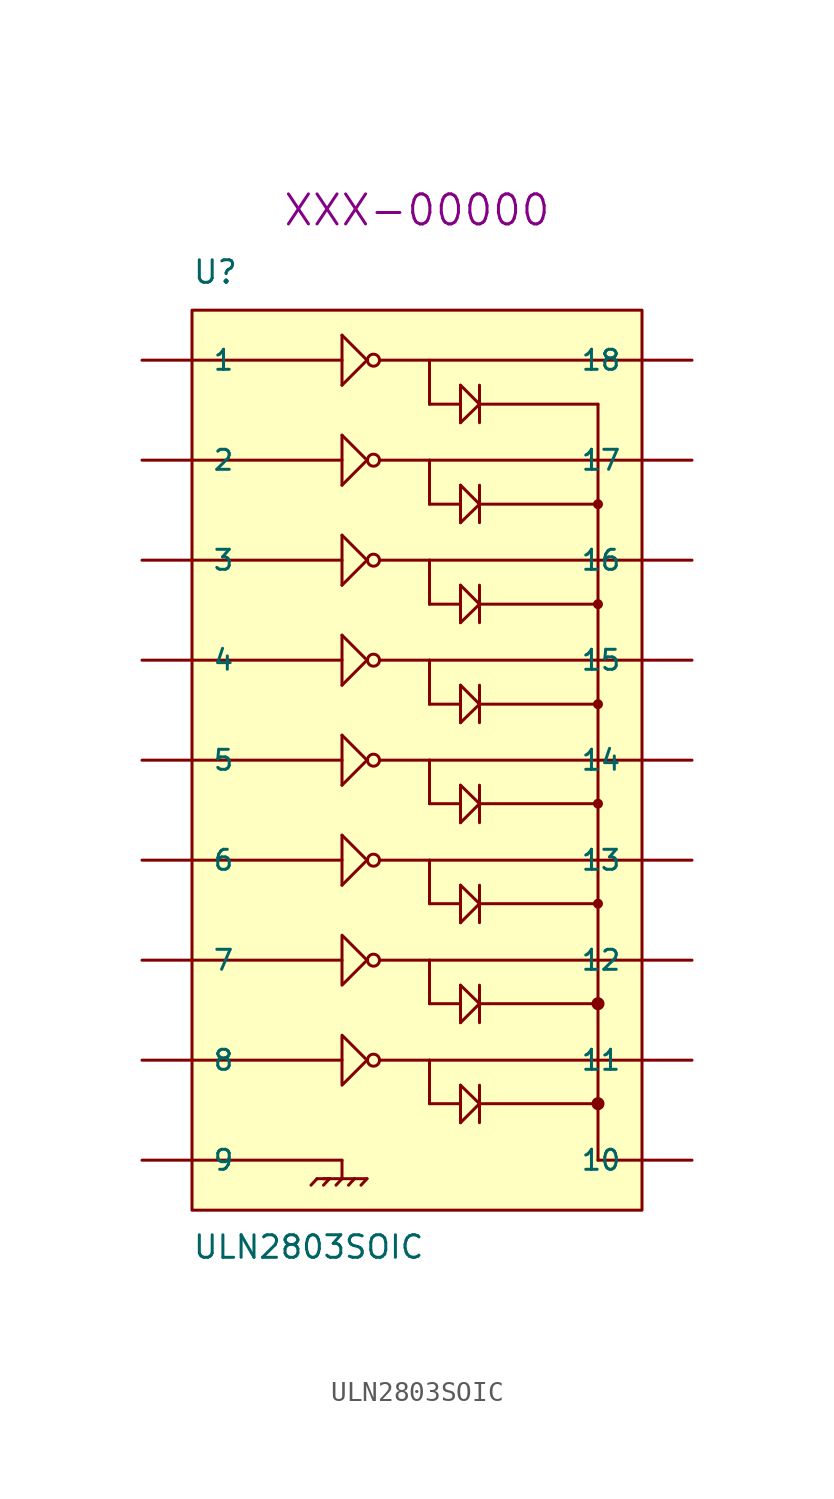
<source format=kicad_sym>
(kicad_symbol_lib
  (version 20201005)
  (generator kicad_symbol_editor)
  (symbol "ULN2803SOIC"
    (pin_numbers hide)
    (pin_names
      (offset 1.016))
    (property "Reference" "U"
      (at -11.43 24.13 0)
      (effects (font (size 1.143 1.143)) (justify left bottom)))
    (property "Value" "ULN2803SOIC"
      (at -11.43 -25.4 0)
      (effects (font (size 1.143 1.143)) (justify left bottom)))
    (property "Field4" "XXX-00000"
      (at 0 27.94 0)
      (effects (font (size 1.524 1.524))))
    (property "ki_locked" ""
      (at 0 0 0)
      (effects (font (size 1.27 1.27))))
    (symbol "ULN2803SOIC_1_0"
      (polyline (pts (xy -11.43 -20.32) (xy -3.81 -20.32)) (stroke (width 0)) (fill (type none)))
      (polyline (pts (xy -11.43 -15.24) (xy -3.81 -15.24)) (stroke (width 0)) (fill (type none)))
      (polyline (pts (xy -11.43 -10.16) (xy -3.81 -10.16)) (stroke (width 0)) (fill (type none)))
      (polyline (pts (xy -11.43 -5.08) (xy -3.81 -5.08)) (stroke (width 0)) (fill (type none)))
      (polyline (pts (xy -11.43 0) (xy -3.81 0)) (stroke (width 0)) (fill (type none)))
      (polyline (pts (xy -11.43 5.08) (xy -3.81 5.08)) (stroke (width 0)) (fill (type none)))
      (polyline (pts (xy -11.43 10.16) (xy -3.81 10.16)) (stroke (width 0)) (fill (type none)))
      (polyline (pts (xy -11.43 15.24) (xy -3.81 15.24)) (stroke (width 0)) (fill (type none)))
      (polyline (pts (xy -11.43 20.32) (xy -3.81 20.32)) (stroke (width 0)) (fill (type none)))
      (polyline (pts (xy -5.08 -21.26) (xy -5.385 -21.59)) (stroke (width 0)) (fill (type none)))
      (polyline (pts (xy -4.445 -21.26) (xy -5.08 -21.26)) (stroke (width 0)) (fill (type none)))
      (polyline (pts (xy -4.445 -21.26) (xy -4.75 -21.59)) (stroke (width 0)) (fill (type none)))
      (polyline (pts (xy -4.445 -21.26) (xy -4.75 -21.26)) (stroke (width 0)) (fill (type none)))
      (polyline (pts (xy -3.81 -21.26) (xy -4.445 -21.26)) (stroke (width 0)) (fill (type none)))
      (polyline (pts (xy -3.81 -21.26) (xy -4.115 -21.59)) (stroke (width 0)) (fill (type none)))
      (polyline (pts (xy -3.81 -21.26) (xy -3.175 -21.26)) (stroke (width 0)) (fill (type none)))
      (polyline (pts (xy -3.81 -20.32) (xy -3.81 -21.26)) (stroke (width 0)) (fill (type none)))
      (polyline (pts (xy -3.81 -3.81) (xy -3.81 -6.35)) (stroke (width 0)) (fill (type none)))
      (polyline (pts (xy -3.81 -3.81) (xy -2.54 -5.08)) (stroke (width 0)) (fill (type none)))
      (polyline (pts (xy -3.81 -1.27) (xy -2.54 0)) (stroke (width 0)) (fill (type none)))
      (polyline (pts (xy -3.81 1.27) (xy -3.81 -1.27)) (stroke (width 0)) (fill (type none)))
      (polyline (pts (xy -3.81 1.27) (xy -2.54 0)) (stroke (width 0)) (fill (type none)))
      (polyline (pts (xy -3.81 6.35) (xy -3.81 3.81)) (stroke (width 0)) (fill (type none)))
      (polyline (pts (xy -3.81 6.35) (xy -2.54 5.08)) (stroke (width 0)) (fill (type none)))
      (polyline (pts (xy -3.81 11.43) (xy -3.81 8.89)) (stroke (width 0)) (fill (type none)))
      (polyline (pts (xy -3.81 11.43) (xy -2.54 10.16)) (stroke (width 0)) (fill (type none)))
      (polyline (pts (xy -3.81 16.51) (xy -3.81 13.97)) (stroke (width 0)) (fill (type none)))
      (polyline (pts (xy -3.81 16.51) (xy -2.54 15.24)) (stroke (width 0)) (fill (type none)))
      (polyline (pts (xy -3.81 21.59) (xy -3.81 19.05)) (stroke (width 0)) (fill (type none)))
      (polyline (pts (xy -3.81 21.59) (xy -2.54 20.32)) (stroke (width 0)) (fill (type none)))
      (polyline (pts (xy -3.175 -21.26) (xy -3.48 -21.59)) (stroke (width 0)) (fill (type none)))
      (polyline (pts (xy -3.175 -21.26) (xy -2.54 -21.26)) (stroke (width 0)) (fill (type none)))
      (polyline (pts (xy -2.54 -21.26) (xy -2.845 -21.59)) (stroke (width 0)) (fill (type none)))
      (polyline (pts (xy -2.54 -5.08) (xy -3.81 -6.35)) (stroke (width 0)) (fill (type none)))
      (polyline (pts (xy -2.54 5.08) (xy -3.81 3.81)) (stroke (width 0)) (fill (type none)))
      (polyline (pts (xy -2.54 10.16) (xy -3.81 8.89)) (stroke (width 0)) (fill (type none)))
      (polyline (pts (xy -2.54 15.24) (xy -3.81 13.97)) (stroke (width 0)) (fill (type none)))
      (polyline (pts (xy -2.54 20.32) (xy -3.81 19.05)) (stroke (width 0)) (fill (type none)))
      (polyline (pts (xy -1.905 -15.24) (xy 0.635 -15.24)) (stroke (width 0)) (fill (type none)))
      (polyline (pts (xy -1.905 -5.08) (xy 0.635 -5.08)) (stroke (width 0)) (fill (type none)))
      (polyline (pts (xy -1.905 5.08) (xy 0.635 5.08)) (stroke (width 0)) (fill (type none)))
      (polyline (pts (xy -1.905 10.16) (xy 0.635 10.16)) (stroke (width 0)) (fill (type none)))
      (polyline (pts (xy -1.905 15.24) (xy 0.635 15.24)) (stroke (width 0)) (fill (type none)))
      (polyline (pts (xy -1.905 20.32) (xy 11.43 20.32)) (stroke (width 0)) (fill (type none)))
      (polyline (pts (xy 0.635 -17.45) (xy 2.21 -17.45)) (stroke (width 0)) (fill (type none)))
      (polyline (pts (xy 0.635 -15.24) (xy 0.635 -17.45)) (stroke (width 0)) (fill (type none)))
      (polyline (pts (xy 0.635 -15.24) (xy 11.43 -15.24)) (stroke (width 0)) (fill (type none)))
      (polyline (pts (xy 0.635 -12.37) (xy 2.21 -12.37)) (stroke (width 0)) (fill (type none)))
      (polyline (pts (xy 0.635 -10.16) (xy -1.905 -10.16)) (stroke (width 0)) (fill (type none)))
      (polyline (pts (xy 0.635 -10.16) (xy 0.635 -12.37)) (stroke (width 0)) (fill (type none)))
      (polyline (pts (xy 0.635 -7.29) (xy 2.21 -7.29)) (stroke (width 0)) (fill (type none)))
      (polyline (pts (xy 0.635 -5.08) (xy 0.635 -7.29)) (stroke (width 0)) (fill (type none)))
      (polyline (pts (xy 0.635 -5.08) (xy 11.43 -5.08)) (stroke (width 0)) (fill (type none)))
      (polyline (pts (xy 0.635 -2.21) (xy 2.21 -2.21)) (stroke (width 0)) (fill (type none)))
      (polyline (pts (xy 0.635 0) (xy -1.905 0)) (stroke (width 0)) (fill (type none)))
      (polyline (pts (xy 0.635 0) (xy 0.635 -2.21)) (stroke (width 0)) (fill (type none)))
      (polyline (pts (xy 0.635 2.845) (xy 2.21 2.845)) (stroke (width 0)) (fill (type none)))
      (polyline (pts (xy 0.635 5.08) (xy 0.635 2.845)) (stroke (width 0)) (fill (type none)))
      (polyline (pts (xy 0.635 5.08) (xy 11.43 5.08)) (stroke (width 0)) (fill (type none)))
      (polyline (pts (xy 0.635 7.925) (xy 2.21 7.925)) (stroke (width 0)) (fill (type none)))
      (polyline (pts (xy 0.635 10.16) (xy 0.635 7.925)) (stroke (width 0)) (fill (type none)))
      (polyline (pts (xy 0.635 10.16) (xy 11.43 10.16)) (stroke (width 0)) (fill (type none)))
      (polyline (pts (xy 0.635 13.005) (xy 2.21 13.005)) (stroke (width 0)) (fill (type none)))
      (polyline (pts (xy 0.635 15.24) (xy 0.635 13.005)) (stroke (width 0)) (fill (type none)))
      (polyline (pts (xy 0.635 15.24) (xy 11.43 15.24)) (stroke (width 0)) (fill (type none)))
      (polyline (pts (xy 0.635 18.085) (xy 2.21 18.085)) (stroke (width 0)) (fill (type none)))
      (polyline (pts (xy 0.635 20.32) (xy 0.635 18.085)) (stroke (width 0)) (fill (type none)))
      (polyline (pts (xy 2.21 -16.51) (xy 2.21 -18.415)) (stroke (width 0)) (fill (type none)))
      (polyline (pts (xy 2.21 -16.51) (xy 3.175 -17.45)) (stroke (width 0)) (fill (type none)))
      (polyline (pts (xy 2.21 -11.43) (xy 2.21 -13.335)) (stroke (width 0)) (fill (type none)))
      (polyline (pts (xy 2.21 -11.43) (xy 3.175 -12.37)) (stroke (width 0)) (fill (type none)))
      (polyline (pts (xy 2.21 -6.35) (xy 2.21 -8.255)) (stroke (width 0)) (fill (type none)))
      (polyline (pts (xy 2.21 -6.35) (xy 3.175 -7.29)) (stroke (width 0)) (fill (type none)))
      (polyline (pts (xy 2.21 -1.27) (xy 2.21 -3.175)) (stroke (width 0)) (fill (type none)))
      (polyline (pts (xy 2.21 -1.27) (xy 3.175 -2.21)) (stroke (width 0)) (fill (type none)))
      (polyline (pts (xy 2.21 3.81) (xy 2.21 1.905)) (stroke (width 0)) (fill (type none)))
      (polyline (pts (xy 2.21 3.81) (xy 3.175 2.845)) (stroke (width 0)) (fill (type none)))
      (polyline (pts (xy 2.21 8.89) (xy 2.21 6.985)) (stroke (width 0)) (fill (type none)))
      (polyline (pts (xy 2.21 8.89) (xy 3.175 7.925)) (stroke (width 0)) (fill (type none)))
      (polyline (pts (xy 2.21 12.065) (xy 3.175 13.005)) (stroke (width 0)) (fill (type none)))
      (polyline (pts (xy 2.21 13.005) (xy 2.21 12.065)) (stroke (width 0)) (fill (type none)))
      (polyline (pts (xy 2.21 13.005) (xy 2.21 13.97)) (stroke (width 0)) (fill (type none)))
      (polyline (pts (xy 2.21 17.145) (xy 3.175 18.085)) (stroke (width 0)) (fill (type none)))
      (polyline (pts (xy 2.21 18.085) (xy 2.21 17.145)) (stroke (width 0)) (fill (type none)))
      (polyline (pts (xy 2.21 18.085) (xy 2.21 19.05)) (stroke (width 0)) (fill (type none)))
      (polyline (pts (xy 3.175 -17.45) (xy 2.21 -18.415)) (stroke (width 0)) (fill (type none)))
      (polyline (pts (xy 3.175 -17.45) (xy 3.175 -18.415)) (stroke (width 0)) (fill (type none)))
      (polyline (pts (xy 3.175 -17.45) (xy 9.195 -17.45)) (stroke (width 0)) (fill (type none)))
      (polyline (pts (xy 3.175 -16.51) (xy 3.175 -17.45)) (stroke (width 0)) (fill (type none)))
      (polyline (pts (xy 3.175 -12.37) (xy 2.21 -13.335)) (stroke (width 0)) (fill (type none)))
      (polyline (pts (xy 3.175 -12.37) (xy 3.175 -13.335)) (stroke (width 0)) (fill (type none)))
      (polyline (pts (xy 3.175 -12.37) (xy 9.195 -12.37)) (stroke (width 0)) (fill (type none)))
      (polyline (pts (xy 3.175 -11.43) (xy 3.175 -12.37)) (stroke (width 0)) (fill (type none)))
      (polyline (pts (xy 3.175 -7.29) (xy 2.21 -8.255)) (stroke (width 0)) (fill (type none)))
      (polyline (pts (xy 3.175 -7.29) (xy 3.175 -8.255)) (stroke (width 0)) (fill (type none)))
      (polyline (pts (xy 3.175 -7.29) (xy 9.195 -7.29)) (stroke (width 0)) (fill (type none)))
      (polyline (pts (xy 3.175 -6.35) (xy 3.175 -7.29)) (stroke (width 0)) (fill (type none)))
      (polyline (pts (xy 3.175 -2.21) (xy 2.21 -3.175)) (stroke (width 0)) (fill (type none)))
      (polyline (pts (xy 3.175 -2.21) (xy 3.175 -3.175)) (stroke (width 0)) (fill (type none)))
      (polyline (pts (xy 3.175 -2.21) (xy 9.195 -2.21)) (stroke (width 0)) (fill (type none)))
      (polyline (pts (xy 3.175 -1.27) (xy 3.175 -2.21)) (stroke (width 0)) (fill (type none)))
      (polyline (pts (xy 3.175 2.845) (xy 2.21 1.905)) (stroke (width 0)) (fill (type none)))
      (polyline (pts (xy 3.175 2.845) (xy 3.175 1.905)) (stroke (width 0)) (fill (type none)))
      (polyline (pts (xy 3.175 2.845) (xy 9.195 2.845)) (stroke (width 0)) (fill (type none)))
      (polyline (pts (xy 3.175 3.81) (xy 3.175 2.845)) (stroke (width 0)) (fill (type none)))
      (polyline (pts (xy 3.175 7.925) (xy 2.21 6.985)) (stroke (width 0)) (fill (type none)))
      (polyline (pts (xy 3.175 7.925) (xy 3.175 6.985)) (stroke (width 0)) (fill (type none)))
      (polyline (pts (xy 3.175 7.925) (xy 9.195 7.925)) (stroke (width 0)) (fill (type none)))
      (polyline (pts (xy 3.175 8.89) (xy 3.175 7.925)) (stroke (width 0)) (fill (type none)))
      (polyline (pts (xy 3.175 13.005) (xy 2.21 13.97)) (stroke (width 0)) (fill (type none)))
      (polyline (pts (xy 3.175 13.005) (xy 3.175 12.065)) (stroke (width 0)) (fill (type none)))
      (polyline (pts (xy 3.175 13.005) (xy 9.195 13.005)) (stroke (width 0)) (fill (type none)))
      (polyline (pts (xy 3.175 13.97) (xy 3.175 13.005)) (stroke (width 0)) (fill (type none)))
      (polyline (pts (xy 3.175 18.085) (xy 2.21 19.05)) (stroke (width 0)) (fill (type none)))
      (polyline (pts (xy 3.175 18.085) (xy 3.175 17.145)) (stroke (width 0)) (fill (type none)))
      (polyline (pts (xy 3.175 18.085) (xy 9.195 18.085)) (stroke (width 0)) (fill (type none)))
      (polyline (pts (xy 3.175 19.05) (xy 3.175 18.085)) (stroke (width 0)) (fill (type none)))
      (polyline (pts (xy 9.195 -20.32) (xy 11.43 -20.32)) (stroke (width 0)) (fill (type none)))
      (polyline (pts (xy 9.195 -12.37) (xy 9.195 -20.32)) (stroke (width 0)) (fill (type none)))
      (polyline (pts (xy 9.195 -7.29) (xy 9.195 -12.37)) (stroke (width 0)) (fill (type none)))
      (polyline (pts (xy 9.195 -2.21) (xy 9.195 -7.29)) (stroke (width 0)) (fill (type none)))
      (polyline (pts (xy 9.195 2.845) (xy 9.195 -2.21)) (stroke (width 0)) (fill (type none)))
      (polyline (pts (xy 9.195 7.925) (xy 9.195 2.845)) (stroke (width 0)) (fill (type none)))
      (polyline (pts (xy 9.195 13.005) (xy 9.195 7.925)) (stroke (width 0)) (fill (type none)))
      (polyline (pts (xy 9.195 18.085) (xy 9.195 13.005)) (stroke (width 0)) (fill (type none)))
      (polyline (pts (xy 11.43 -10.16) (xy 0.635 -10.16)) (stroke (width 0)) (fill (type none)))
      (polyline (pts (xy 11.43 0) (xy 0.635 0)) (stroke (width 0)) (fill (type none))))
    (symbol "ULN2803SOIC_1_1"
      (circle (center -2.21 -15.24) (radius 0.305) (stroke (width 0)) (fill (type none)))
      (circle (center -2.21 -10.16) (radius 0.305) (stroke (width 0)) (fill (type none)))
      (circle (center -2.21 -5.08) (radius 0.305) (stroke (width 0)) (fill (type none)))
      (circle (center -2.21 0) (radius 0.305) (stroke (width 0)) (fill (type none)))
      (circle (center -2.21 5.08) (radius 0.305) (stroke (width 0)) (fill (type none)))
      (circle (center -2.21 10.16) (radius 0.305) (stroke (width 0)) (fill (type none)))
      (circle (center -2.21 15.24) (radius 0.305) (stroke (width 0)) (fill (type none)))
      (circle (center -2.21 20.32) (radius 0.305) (stroke (width 0)) (fill (type none)))
      (circle (center 9.195 -17.45) (radius 0.051) (stroke (width 0)) (fill (type outline)))
      (circle (center 9.195 -17.45) (radius 0.178) (stroke (width 0)) (fill (type outline)))
      (circle (center 9.195 -17.45) (radius 0.254) (stroke (width 0)) (fill (type none)))
      (circle (center 9.195 -12.37) (radius 0.051) (stroke (width 0)) (fill (type outline)))
      (circle (center 9.195 -12.37) (radius 0.178) (stroke (width 0)) (fill (type outline)))
      (circle (center 9.195 -12.37) (radius 0.254) (stroke (width 0)) (fill (type none)))
      (circle (center 9.195 -7.29) (radius 0.178) (stroke (width 0)) (fill (type outline)))
      (circle (center 9.195 -2.21) (radius 0.051) (stroke (width 0)) (fill (type outline)))
      (circle (center 9.195 -2.21) (radius 0.178) (stroke (width 0)) (fill (type outline)))
      (circle (center 9.195 2.845) (radius 0.051) (stroke (width 0)) (fill (type outline)))
      (circle (center 9.195 2.845) (radius 0.178) (stroke (width 0)) (fill (type outline)))
      (circle (center 9.195 7.925) (radius 0.178) (stroke (width 0)) (fill (type outline)))
      (circle (center 9.195 13.005) (radius 0.127) (stroke (width 0)) (fill (type outline)))
      (circle (center 9.195 13.005) (radius 0.178) (stroke (width 0)) (fill (type outline)))
      (polyline (pts (xy -3.81 -13.97) (xy -3.81 -16.51) (xy -2.54 -15.24) (xy -3.81 -13.97)) (stroke (width 0)) (fill (type background)))
      (polyline (pts (xy -3.81 -8.89) (xy -3.81 -11.43) (xy -2.54 -10.16) (xy -3.81 -8.89)) (stroke (width 0)) (fill (type background)))
      (polyline (pts (xy -11.43 22.86) (xy -11.43 20.32) (xy -11.43 15.24) (xy -11.43 10.16) (xy -11.43 5.08) (xy -11.43 0) (xy -11.43 -5.08) (xy -11.43 -10.16) (xy -11.43 -15.24) (xy -11.43 -20.32) (xy -11.43 -22.86) (xy 11.43 -22.86) (xy 11.43 -20.32) (xy 11.43 -15.24) (xy 11.43 -10.16) (xy 11.43 -5.08) (xy 11.43 0) (xy 11.43 5.08) (xy 11.43 10.16) (xy 11.43 15.24) (xy 11.43 20.32) (xy 11.43 22.86) (xy -11.43 22.86)) (stroke (width 0)) (fill (type background)))
      (pin bidirectional line (at -13.97 20.32 0) (length 2.54) (name "1" (effects (font (size 1.016 1.016)))) (number "1" (effects (font (size 1.016 1.016)))))
      (pin bidirectional line (at -13.97 15.24 0) (length 2.54) (name "2" (effects (font (size 1.016 1.016)))) (number "2" (effects (font (size 1.016 1.016)))))
      (pin bidirectional line (at -13.97 10.16 0) (length 2.54) (name "3" (effects (font (size 1.016 1.016)))) (number "3" (effects (font (size 1.016 1.016)))))
      (pin bidirectional line (at -13.97 5.08 0) (length 2.54) (name "4" (effects (font (size 1.016 1.016)))) (number "4" (effects (font (size 1.016 1.016)))))
      (pin bidirectional line (at -13.97 0 0) (length 2.54) (name "5" (effects (font (size 1.016 1.016)))) (number "5" (effects (font (size 1.016 1.016)))))
      (pin bidirectional line (at -13.97 -5.08 0) (length 2.54) (name "6" (effects (font (size 1.016 1.016)))) (number "6" (effects (font (size 1.016 1.016)))))
      (pin bidirectional line (at -13.97 -10.16 0) (length 2.54) (name "7" (effects (font (size 1.016 1.016)))) (number "7" (effects (font (size 1.016 1.016)))))
      (pin bidirectional line (at -13.97 -15.24 0) (length 2.54) (name "8" (effects (font (size 1.016 1.016)))) (number "8" (effects (font (size 1.016 1.016)))))
      (pin bidirectional line (at -13.97 -20.32 0) (length 2.54) (name "9" (effects (font (size 1.016 1.016)))) (number "9" (effects (font (size 1.016 1.016)))))
      (pin bidirectional line (at 13.97 -20.32 180) (length 2.54) (name "10" (effects (font (size 1.016 1.016)))) (number "10" (effects (font (size 1.016 1.016)))))
      (pin bidirectional line (at 13.97 -15.24 180) (length 2.54) (name "11" (effects (font (size 1.016 1.016)))) (number "11" (effects (font (size 1.016 1.016)))))
      (pin bidirectional line (at 13.97 -10.16 180) (length 2.54) (name "12" (effects (font (size 1.016 1.016)))) (number "12" (effects (font (size 1.016 1.016)))))
      (pin bidirectional line (at 13.97 -5.08 180) (length 2.54) (name "13" (effects (font (size 1.016 1.016)))) (number "13" (effects (font (size 1.016 1.016)))))
      (pin bidirectional line (at 13.97 0 180) (length 2.54) (name "14" (effects (font (size 1.016 1.016)))) (number "14" (effects (font (size 1.016 1.016)))))
      (pin bidirectional line (at 13.97 5.08 180) (length 2.54) (name "15" (effects (font (size 1.016 1.016)))) (number "15" (effects (font (size 1.016 1.016)))))
      (pin bidirectional line (at 13.97 10.16 180) (length 2.54) (name "16" (effects (font (size 1.016 1.016)))) (number "16" (effects (font (size 1.016 1.016)))))
      (pin bidirectional line (at 13.97 15.24 180) (length 2.54) (name "17" (effects (font (size 1.016 1.016)))) (number "17" (effects (font (size 1.016 1.016)))))
      (pin bidirectional line (at 13.97 20.32 180) (length 2.54) (name "18" (effects (font (size 1.016 1.016)))) (number "18" (effects (font (size 1.016 1.016))))))))
</source>
